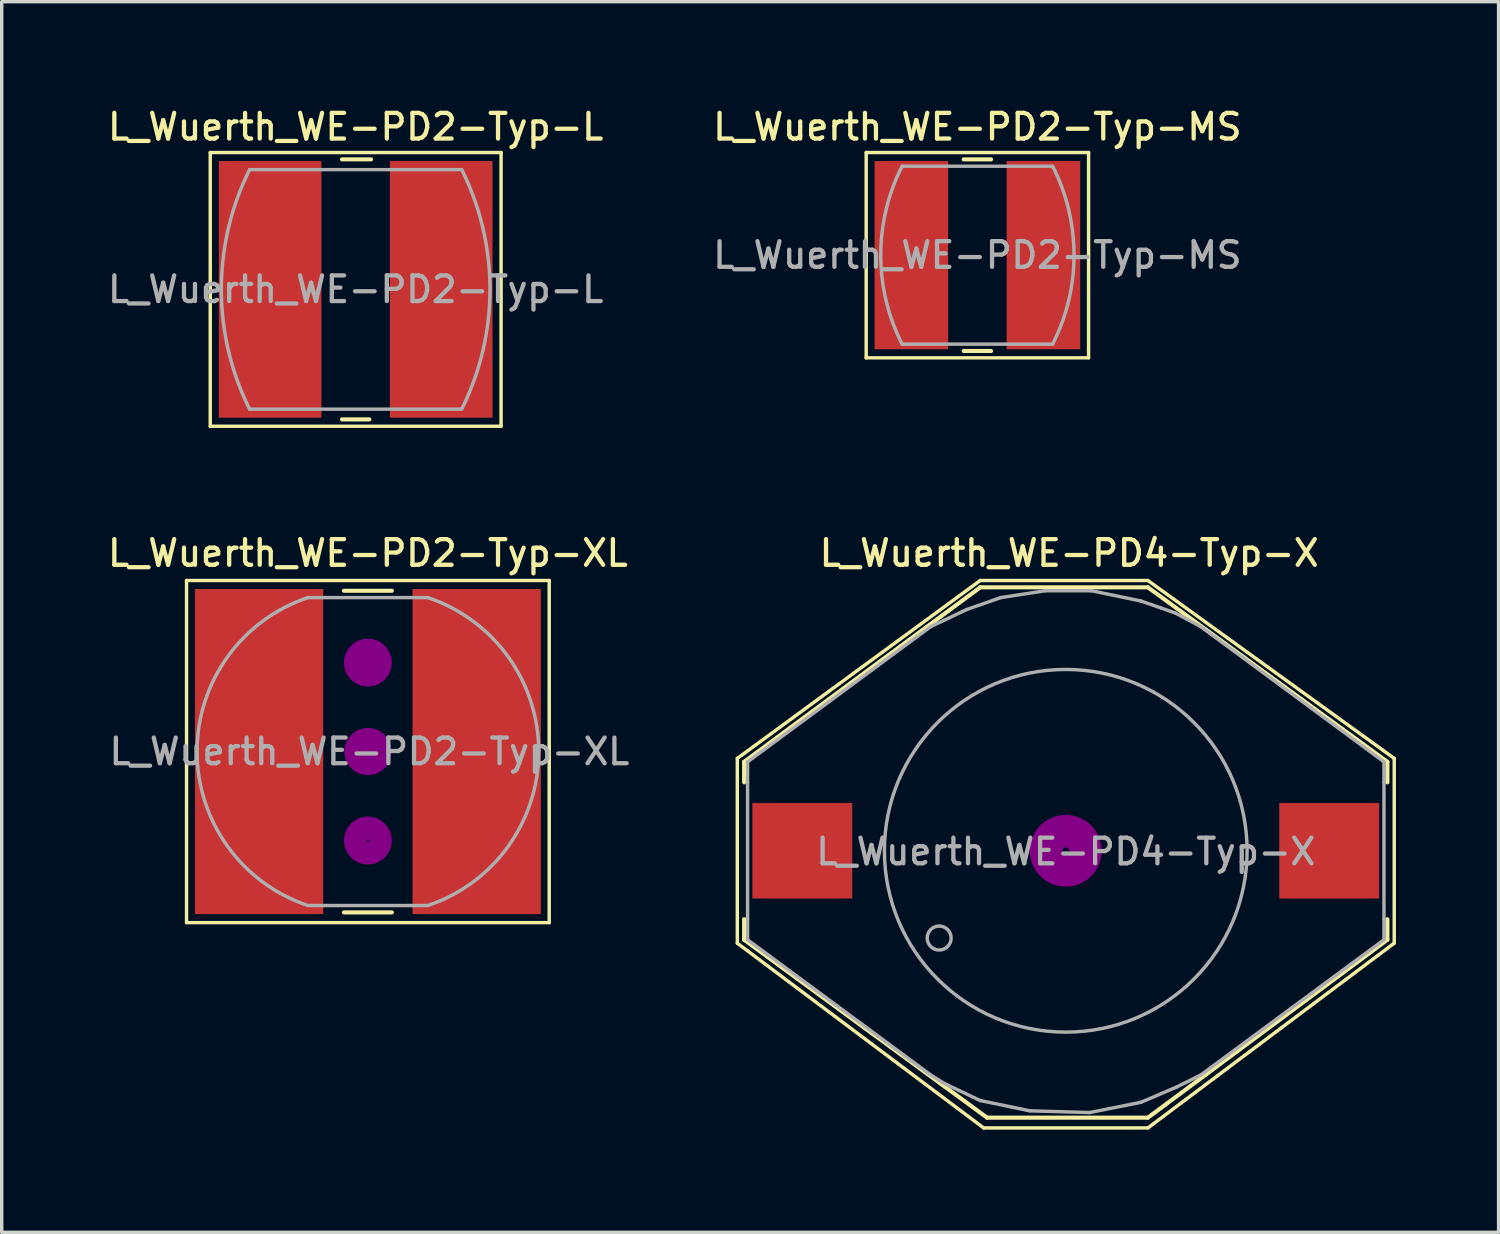
<source format=kicad_pcb>
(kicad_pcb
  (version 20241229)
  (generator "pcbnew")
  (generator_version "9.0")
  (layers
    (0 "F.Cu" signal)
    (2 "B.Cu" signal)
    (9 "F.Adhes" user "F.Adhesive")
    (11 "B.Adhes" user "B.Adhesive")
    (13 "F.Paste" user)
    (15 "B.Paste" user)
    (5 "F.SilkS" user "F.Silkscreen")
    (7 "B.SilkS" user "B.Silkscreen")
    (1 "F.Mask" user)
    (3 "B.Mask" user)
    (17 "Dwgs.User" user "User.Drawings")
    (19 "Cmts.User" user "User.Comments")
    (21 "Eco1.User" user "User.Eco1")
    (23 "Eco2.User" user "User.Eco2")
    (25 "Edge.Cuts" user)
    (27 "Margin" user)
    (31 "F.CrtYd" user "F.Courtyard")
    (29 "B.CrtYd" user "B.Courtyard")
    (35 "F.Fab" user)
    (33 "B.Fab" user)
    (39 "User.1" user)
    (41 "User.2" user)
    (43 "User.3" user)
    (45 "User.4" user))
  (footprint "L_Wuerth_WE-PD2-Typ-L"
    (layer "F.Cu")
    (at 7.345 5.408)
    (property "Reference" "L_Wuerth_WE-PD2-Typ-L" (at 0 -4.75 0) (layer "F.SilkS") (effects (font (size 0.75 0.75) (thickness 0.125))))
    (attr smd)
    (fp_line (start -4.25 -4) (end 4.25 -4) (stroke (width 0.1) (type solid)) (layer "F.SilkS"))
    (fp_line (start -4.25 4) (end -4.25 -4) (stroke (width 0.1) (type solid)) (layer "F.SilkS"))
    (fp_line (start -0.4 -3.8) (end 0.45 -3.8) (stroke (width 0.12) (type solid)) (layer "F.SilkS"))
    (fp_line (start -0.4 3.8) (end 0.4 3.8) (stroke (width 0.12) (type solid)) (layer "F.SilkS"))
    (fp_line (start 4.25 -4) (end 4.25 4) (stroke (width 0.1) (type solid)) (layer "F.SilkS"))
    (fp_line (start 4.25 4) (end -4.25 4) (stroke (width 0.1) (type solid)) (layer "F.SilkS"))
    (fp_line (start -3.1 3.5) (end 3.1 3.5) (stroke (width 0.1) (type solid)) (layer "F.Fab"))
    (fp_line (start 3.1 -3.5) (end -3.1 -3.5) (stroke (width 0.1) (type solid)) (layer "F.Fab"))
    (fp_arc (start -3.1 3.5) (mid -3.926233 0.008885) (end -3.107929 -3.484096) (stroke (width 0.1) (type solid)) (layer "F.Fab"))
    (fp_arc (start 3.1 -3.5) (mid 3.926233 -0.008885) (end 3.107929 3.484096) (stroke (width 0.1) (type solid)) (layer "F.Fab"))
    (fp_text user "${REFERENCE}" (at 0 0 0) (layer "F.Fab") (effects (font (size 0.75 0.75) (thickness 0.125))))
    (pad "1" smd rect (at -2.5 0) (size 3 7.5) (layers "F.Cu" "F.Mask" "F.Paste"))
    (pad "2" smd rect (at 2.5 0) (size 3 7.5) (layers "F.Cu" "F.Mask" "F.Paste")))
  (footprint "L_Wuerth_WE-PD4-Typ-X"
    (layer "F.Cu")
    (at 28.099 21.816)
    (property "Reference" "L_Wuerth_WE-PD4-Typ-X" (at 0.1 -8.7 0) (layer "F.SilkS") (effects (font (size 0.75 0.75) (thickness 0.125))))
    (attr smd)
    (fp_line (start -9.6 -2.7) (end -2.5 -7.9) (stroke (width 0.1) (type solid)) (layer "F.SilkS"))
    (fp_line (start -9.6 2.7) (end -9.6 -2.7) (stroke (width 0.1) (type solid)) (layer "F.SilkS"))
    (fp_line (start -9.4 -2.6) (end -2.5 -7.7) (stroke (width 0.12) (type solid)) (layer "F.SilkS"))
    (fp_line (start -9.4 -2) (end -9.4 -2.6) (stroke (width 0.12) (type solid)) (layer "F.SilkS"))
    (fp_line (start -9.4 2.6) (end -9.4 2) (stroke (width 0.12) (type solid)) (layer "F.SilkS"))
    (fp_line (start -9.4 2.6) (end -2.3 7.8) (stroke (width 0.12) (type solid)) (layer "F.SilkS"))
    (fp_line (start -2.5 -7.9) (end 2.4 -7.9) (stroke (width 0.1) (type solid)) (layer "F.SilkS"))
    (fp_line (start -2.5 -7.7) (end 2.4 -7.7) (stroke (width 0.12) (type solid)) (layer "F.SilkS"))
    (fp_line (start -2.4 8.1) (end -9.6 2.7) (stroke (width 0.1) (type solid)) (layer "F.SilkS"))
    (fp_line (start -2.3 7.8) (end 2.4 7.8) (stroke (width 0.12) (type solid)) (layer "F.SilkS"))
    (fp_line (start 2.4 -7.9) (end 9.6 -2.7) (stroke (width 0.1) (type solid)) (layer "F.SilkS"))
    (fp_line (start 2.4 -7.7) (end 9.4 -2.6) (stroke (width 0.12) (type solid)) (layer "F.SilkS"))
    (fp_line (start 2.4 7.8) (end 9.4 2.6) (stroke (width 0.12) (type solid)) (layer "F.SilkS"))
    (fp_line (start 2.4 8.1) (end -2.4 8.1) (stroke (width 0.1) (type solid)) (layer "F.SilkS"))
    (fp_line (start 9.4 -2) (end 9.4 -2.6) (stroke (width 0.12) (type solid)) (layer "F.SilkS"))
    (fp_line (start 9.4 2.6) (end 9.4 2) (stroke (width 0.12) (type solid)) (layer "F.SilkS"))
    (fp_line (start 9.6 -2.7) (end 9.6 2.7) (stroke (width 0.1) (type solid)) (layer "F.SilkS"))
    (fp_line (start 9.6 2.7) (end 2.4 8.1) (stroke (width 0.1) (type solid)) (layer "F.SilkS"))
    (fp_circle (center 0 0) (end 0.1 0) (stroke (width 0.3) (type solid)) (fill no) (layer "F.Adhes"))
    (fp_circle (center 0 0) (end 0.3 0) (stroke (width 0.3) (type solid)) (fill no) (layer "F.Adhes"))
    (fp_circle (center 0 0) (end 0.5 0) (stroke (width 0.3) (type solid)) (fill no) (layer "F.Adhes"))
    (fp_circle (center 0 0) (end 0.7 0) (stroke (width 0.3) (type solid)) (fill no) (layer "F.Adhes"))
    (fp_circle (center 0 0) (end 0.9 0) (stroke (width 0.3) (type solid)) (fill no) (layer "F.Adhes"))
    (fp_line (start -9.3 -2.6) (end -9.3 -2) (stroke (width 0.1) (type solid)) (layer "F.Fab"))
    (fp_line (start -9.3 -2.6) (end -3.95 -6.55) (stroke (width 0.1) (type solid)) (layer "F.Fab"))
    (fp_line (start -9.3 2) (end -9.3 -2) (stroke (width 0.1) (type solid)) (layer "F.Fab"))
    (fp_line (start -9.3 2) (end -9.3 2.6) (stroke (width 0.1) (type solid)) (layer "F.Fab"))
    (fp_line (start -9.3 2.6) (end -3.95 6.55) (stroke (width 0.1) (type solid)) (layer "F.Fab"))
    (fp_line (start -3.95 -6.55) (end -2.9 -7.05) (stroke (width 0.1) (type solid)) (layer "F.Fab"))
    (fp_line (start -3.55 6.8) (end -3.95 6.55) (stroke (width 0.1) (type solid)) (layer "F.Fab"))
    (fp_line (start -2.9 -7.05) (end -1.9 -7.4) (stroke (width 0.1) (type solid)) (layer "F.Fab"))
    (fp_line (start -2.5 7.3) (end -3.55 6.8) (stroke (width 0.1) (type solid)) (layer "F.Fab"))
    (fp_line (start -1.9 -7.4) (end -0.6 -7.6) (stroke (width 0.1) (type solid)) (layer "F.Fab"))
    (fp_line (start -1.05 7.6) (end -2.5 7.3) (stroke (width 0.1) (type solid)) (layer "F.Fab"))
    (fp_line (start -0.6 -7.6) (end 0.75 -7.6) (stroke (width 0.1) (type solid)) (layer "F.Fab"))
    (fp_line (start 0.7 7.65) (end -1.05 7.6) (stroke (width 0.1) (type solid)) (layer "F.Fab"))
    (fp_line (start 0.75 -7.6) (end 2.2 -7.3) (stroke (width 0.1) (type solid)) (layer "F.Fab"))
    (fp_line (start 2.2 -7.3) (end 3.2 -6.95) (stroke (width 0.1) (type solid)) (layer "F.Fab"))
    (fp_line (start 2.2 7.35) (end 0.7 7.65) (stroke (width 0.1) (type solid)) (layer "F.Fab"))
    (fp_line (start 3.2 -6.95) (end 3.95 -6.55) (stroke (width 0.1) (type solid)) (layer "F.Fab"))
    (fp_line (start 3.25 6.9) (end 2.2 7.35) (stroke (width 0.1) (type solid)) (layer "F.Fab"))
    (fp_line (start 3.95 -6.55) (end 9.3 -2.6) (stroke (width 0.1) (type solid)) (layer "F.Fab"))
    (fp_line (start 3.95 6.55) (end 3.25 6.9) (stroke (width 0.1) (type solid)) (layer "F.Fab"))
    (fp_line (start 9.3 -2) (end 9.3 -2.6) (stroke (width 0.1) (type solid)) (layer "F.Fab"))
    (fp_line (start 9.3 -2) (end 9.3 2) (stroke (width 0.1) (type solid)) (layer "F.Fab"))
    (fp_line (start 9.3 2) (end 9.3 2.6) (stroke (width 0.1) (type solid)) (layer "F.Fab"))
    (fp_line (start 9.3 2.6) (end 3.95 6.55) (stroke (width 0.1) (type solid)) (layer "F.Fab"))
    (fp_circle (center -3.7 2.55) (end -3.7 2.2) (stroke (width 0.1) (type solid)) (fill no) (layer "F.Fab"))
    (fp_circle (center 0 0) (end 0 -5.3) (stroke (width 0.1) (type solid)) (fill no) (layer "F.Fab"))
    (fp_text user "${REFERENCE}" (at 0 0.025 0) (layer "F.Fab") (effects (font (size 0.75 0.75) (thickness 0.125))))
    (pad "1" smd rect (at -7.7 0 90) (size 2.79 2.92) (layers "F.Cu" "F.Mask" "F.Paste"))
    (pad "2" smd rect (at 7.7 0 90) (size 2.79 2.92) (layers "F.Cu" "F.Mask" "F.Paste")))
  (footprint "L_Wuerth_WE-PD2-Typ-MS"
    (layer "F.Cu")
    (at 25.516 4.408)
    (property "Reference" "L_Wuerth_WE-PD2-Typ-MS" (at 0 -3.75 0) (layer "F.SilkS") (effects (font (size 0.75 0.75) (thickness 0.125))))
    (attr smd)
    (fp_line (start -3.25 -3) (end 3.25 -3) (stroke (width 0.1) (type solid)) (layer "F.SilkS"))
    (fp_line (start -3.25 3) (end -3.25 -3) (stroke (width 0.1) (type solid)) (layer "F.SilkS"))
    (fp_line (start -0.4 -2.8) (end 0.4 -2.8) (stroke (width 0.12) (type solid)) (layer "F.SilkS"))
    (fp_line (start -0.4 2.8) (end 0.4 2.8) (stroke (width 0.12) (type solid)) (layer "F.SilkS"))
    (fp_line (start 3.25 -3) (end 3.25 3) (stroke (width 0.1) (type solid)) (layer "F.SilkS"))
    (fp_line (start 3.25 3) (end -3.25 3) (stroke (width 0.1) (type solid)) (layer "F.SilkS"))
    (fp_line (start -2.2 -2.6) (end 2.2 -2.6) (stroke (width 0.1) (type solid)) (layer "F.Fab"))
    (fp_line (start 2.2 2.6) (end -2.2 2.6) (stroke (width 0.1) (type solid)) (layer "F.Fab"))
    (fp_arc (start -2.2 2.6) (mid -2.824509 0.001265) (end -2.201149 -2.597745) (stroke (width 0.1) (type solid)) (layer "F.Fab"))
    (fp_arc (start 2.2 -2.6) (mid 2.824509 -0.001265) (end 2.201149 2.597745) (stroke (width 0.1) (type solid)) (layer "F.Fab"))
    (fp_text user "${REFERENCE}" (at 0 0 0) (layer "F.Fab") (effects (font (size 0.75 0.75) (thickness 0.125))))
    (pad "1" smd rect (at -1.93 0) (size 2.15 5.5) (layers "F.Cu" "F.Mask" "F.Paste"))
    (pad "2" smd rect (at 1.93 0) (size 2.15 5.5) (layers "F.Cu" "F.Mask" "F.Paste")))
  (footprint "L_Wuerth_WE-PD2-Typ-XL"
    (layer "F.Cu")
    (at 7.702 18.916)
    (property "Reference" "L_Wuerth_WE-PD2-Typ-XL" (at 0 -5.8 0) (layer "F.SilkS") (effects (font (size 0.75 0.75) (thickness 0.125))))
    (attr smd)
    (fp_line (start -5.3 -5) (end -5.3 5) (stroke (width 0.1) (type solid)) (layer "F.SilkS"))
    (fp_line (start -5.3 5) (end 5.3 5) (stroke (width 0.1) (type solid)) (layer "F.SilkS"))
    (fp_line (start -0.7 -4.7) (end 0.7 -4.7) (stroke (width 0.12) (type solid)) (layer "F.SilkS"))
    (fp_line (start -0.7 4.7) (end 0.7 4.7) (stroke (width 0.12) (type solid)) (layer "F.SilkS"))
    (fp_line (start 5.3 -5) (end -5.3 -5) (stroke (width 0.1) (type solid)) (layer "F.SilkS"))
    (fp_line (start 5.3 5) (end 5.3 -5) (stroke (width 0.1) (type solid)) (layer "F.SilkS"))
    (fp_circle (center 0 -2.6) (end 0.2 -2.6) (stroke (width 0.38) (type solid)) (fill no) (layer "F.Adhes"))
    (fp_circle (center 0 -2.6) (end 0.5 -2.5) (stroke (width 0.38) (type solid)) (fill no) (layer "F.Adhes"))
    (fp_circle (center 0 0) (end 0.2 0) (stroke (width 0.38) (type solid)) (fill no) (layer "F.Adhes"))
    (fp_circle (center 0 0) (end 0.5 0) (stroke (width 0.38) (type solid)) (fill no) (layer "F.Adhes"))
    (fp_circle (center 0 2.6) (end 0.1 2.8) (stroke (width 0.38) (type solid)) (fill no) (layer "F.Adhes"))
    (fp_circle (center 0 2.6) (end 0.5 2.7) (stroke (width 0.38) (type solid)) (fill no) (layer "F.Adhes"))
    (fp_line (start -1.75 4.5) (end 1.75 4.5) (stroke (width 0.1) (type solid)) (layer "F.Fab"))
    (fp_line (start 1.75 -4.5) (end -1.75 -4.5) (stroke (width 0.1) (type solid)) (layer "F.Fab"))
    (fp_arc (start -1.760214 4.496582) (mid -4.993413 -0.005385) (end -1.75 -4.5) (stroke (width 0.1) (type solid)) (layer "F.Fab"))
    (fp_arc (start 1.760214 -4.496582) (mid 4.993413 0.005385) (end 1.75 4.5) (stroke (width 0.1) (type solid)) (layer "F.Fab"))
    (fp_text user "${REFERENCE}" (at 0.045 0 0) (layer "F.Fab") (effects (font (size 0.75 0.75) (thickness 0.125))))
    (pad "1" smd rect (at -3.18 0) (size 3.75 9.5) (layers "F.Cu" "F.Mask" "F.Paste"))
    (pad "2" smd rect (at 3.18 0) (size 3.75 9.5) (layers "F.Cu" "F.Mask" "F.Paste")))
  (gr_rect
    (start -3 -3)
    (end 40.749 32.966)
    (stroke (width 0.1) (type default))
    (fill no)
    (layer "Edge.Cuts")))
</source>
